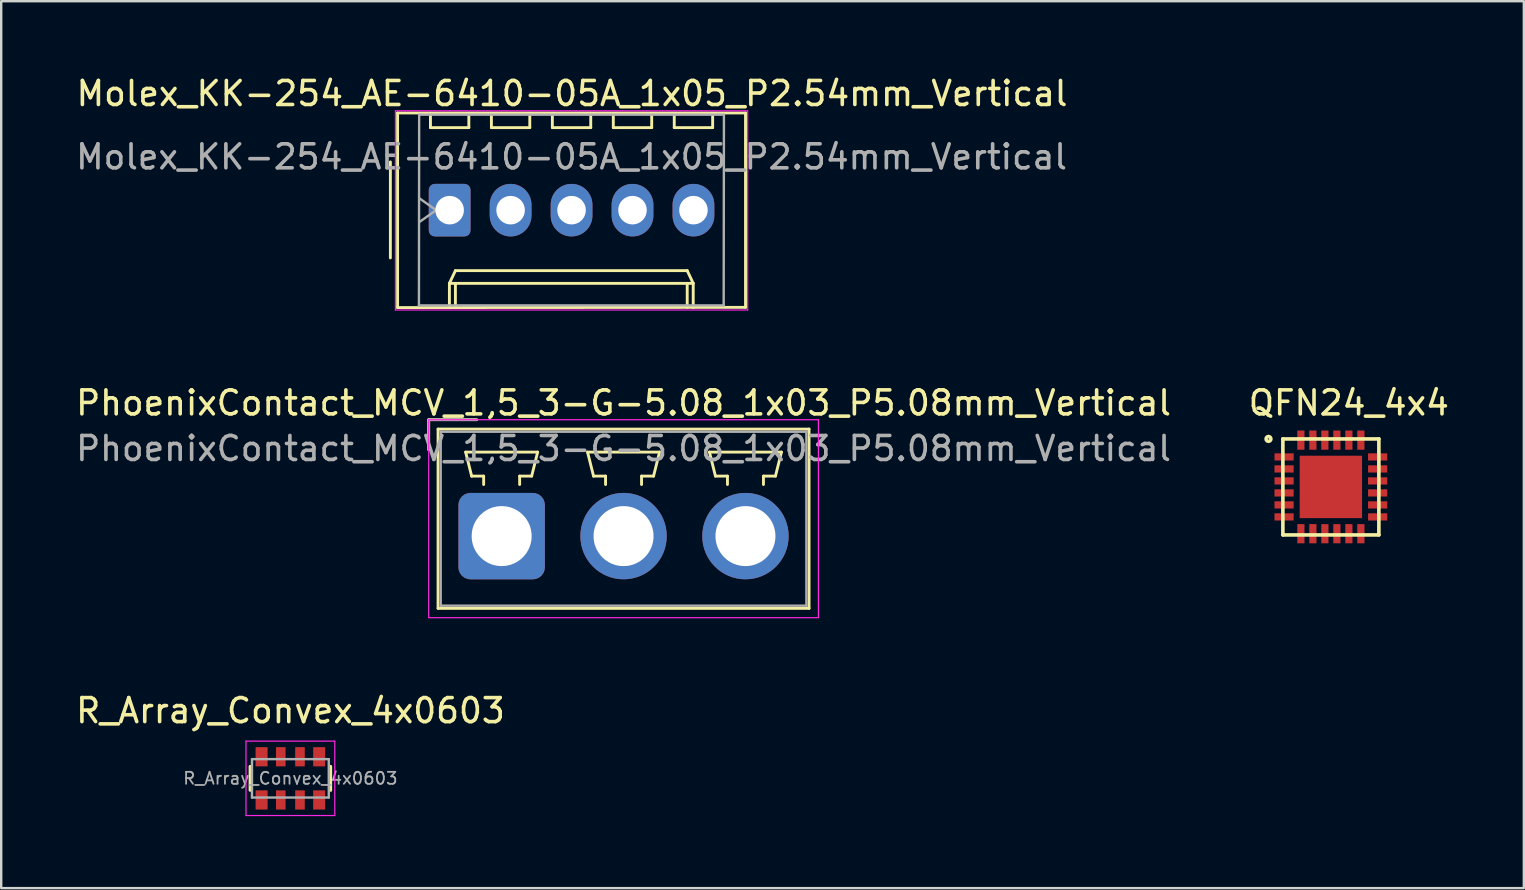
<source format=kicad_pcb>
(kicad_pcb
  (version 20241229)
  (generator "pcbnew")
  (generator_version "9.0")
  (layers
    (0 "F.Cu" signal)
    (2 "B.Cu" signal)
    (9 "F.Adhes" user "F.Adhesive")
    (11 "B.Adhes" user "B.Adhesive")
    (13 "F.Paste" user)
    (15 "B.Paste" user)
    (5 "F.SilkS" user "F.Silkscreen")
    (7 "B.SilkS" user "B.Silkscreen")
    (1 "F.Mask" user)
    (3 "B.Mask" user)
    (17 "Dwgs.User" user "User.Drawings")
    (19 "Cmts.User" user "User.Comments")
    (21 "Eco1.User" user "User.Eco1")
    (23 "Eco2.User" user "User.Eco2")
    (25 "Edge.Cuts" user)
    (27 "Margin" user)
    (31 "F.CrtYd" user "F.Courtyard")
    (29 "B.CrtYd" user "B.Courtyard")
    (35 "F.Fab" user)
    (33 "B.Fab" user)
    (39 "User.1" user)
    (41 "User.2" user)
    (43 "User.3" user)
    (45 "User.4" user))
  (footprint "Molex_KK-254_AE-6410-05A_1x05_P2.54mm_Vertical"
    (layer "F.Cu")
    (at 20.768 5.708)
    (property "Reference" "Molex_KK-254_AE-6410-05A_1x05_P2.54mm_Vertical" (at 0.02 -4.86 0) (layer "F.SilkS") (effects (font (size 1 1) (thickness 0.15))))
    (attr through_hole)
    (fp_line (start -7.55 -2.01) (end -7.55 1.99) (stroke (width 0.12) (type solid)) (layer "F.SilkS"))
    (fp_line (start -7.25 -4.05) (end -7.25 4.06) (stroke (width 0.12) (type solid)) (layer "F.SilkS"))
    (fp_line (start -7.25 4.06) (end 7.25 4.05) (stroke (width 0.12) (type solid)) (layer "F.SilkS"))
    (fp_line (start -5.88 -4.04) (end -5.88 -3.44) (stroke (width 0.12) (type solid)) (layer "F.SilkS"))
    (fp_line (start -5.88 -3.44) (end -4.28 -3.44) (stroke (width 0.12) (type solid)) (layer "F.SilkS"))
    (fp_line (start -5.09 3.05) (end -4.84 2.52) (stroke (width 0.12) (type solid)) (layer "F.SilkS"))
    (fp_line (start -5.09 3.05) (end 5.07 3.05) (stroke (width 0.12) (type solid)) (layer "F.SilkS"))
    (fp_line (start -5.09 4.05) (end -5.09 3.05) (stroke (width 0.12) (type solid)) (layer "F.SilkS"))
    (fp_line (start -4.84 2.52) (end 4.82 2.52) (stroke (width 0.12) (type solid)) (layer "F.SilkS"))
    (fp_line (start -4.84 4.05) (end -4.84 3.05) (stroke (width 0.12) (type solid)) (layer "F.SilkS"))
    (fp_line (start -4.28 -3.44) (end -4.28 -4.04) (stroke (width 0.12) (type solid)) (layer "F.SilkS"))
    (fp_line (start -3.34 -4.04) (end -3.34 -3.44) (stroke (width 0.12) (type solid)) (layer "F.SilkS"))
    (fp_line (start -3.34 -3.44) (end -1.74 -3.44) (stroke (width 0.12) (type solid)) (layer "F.SilkS"))
    (fp_line (start -1.74 -3.44) (end -1.74 -4.04) (stroke (width 0.12) (type solid)) (layer "F.SilkS"))
    (fp_line (start -0.8 -4.04) (end -0.8 -3.44) (stroke (width 0.12) (type solid)) (layer "F.SilkS"))
    (fp_line (start -0.8 -3.44) (end 0.8 -3.44) (stroke (width 0.12) (type solid)) (layer "F.SilkS"))
    (fp_line (start 0.8 -3.44) (end 0.8 -4.04) (stroke (width 0.12) (type solid)) (layer "F.SilkS"))
    (fp_line (start 1.74 -4.04) (end 1.74 -3.44) (stroke (width 0.12) (type solid)) (layer "F.SilkS"))
    (fp_line (start 1.74 -3.44) (end 3.34 -3.44) (stroke (width 0.12) (type solid)) (layer "F.SilkS"))
    (fp_line (start 3.34 -3.44) (end 3.34 -4.04) (stroke (width 0.12) (type solid)) (layer "F.SilkS"))
    (fp_line (start 4.28 -4.04) (end 4.28 -3.44) (stroke (width 0.12) (type solid)) (layer "F.SilkS"))
    (fp_line (start 4.28 -3.44) (end 5.88 -3.44) (stroke (width 0.12) (type solid)) (layer "F.SilkS"))
    (fp_line (start 4.82 2.52) (end 5.07 3.05) (stroke (width 0.12) (type solid)) (layer "F.SilkS"))
    (fp_line (start 4.82 4.05) (end 4.82 3.05) (stroke (width 0.12) (type solid)) (layer "F.SilkS"))
    (fp_line (start 5.07 3.05) (end 5.07 4.05) (stroke (width 0.12) (type solid)) (layer "F.SilkS"))
    (fp_line (start 5.88 -3.44) (end 5.88 -4.04) (stroke (width 0.12) (type solid)) (layer "F.SilkS"))
    (fp_line (start 7.25 -4.05) (end -7.25 -4.05) (stroke (width 0.12) (type solid)) (layer "F.SilkS"))
    (fp_line (start 7.25 4.05) (end 7.25 -4.05) (stroke (width 0.12) (type solid)) (layer "F.SilkS"))
    (fp_line (start -7.34 -4.14) (end -7.34 4.16) (stroke (width 0.05) (type solid)) (layer "F.CrtYd"))
    (fp_line (start -7.34 4.16) (end 7.34 4.16) (stroke (width 0.05) (type solid)) (layer "F.CrtYd"))
    (fp_line (start 7.34 -4.14) (end -7.34 -4.14) (stroke (width 0.05) (type solid)) (layer "F.CrtYd"))
    (fp_line (start 7.34 4.16) (end 7.34 -4.14) (stroke (width 0.05) (type solid)) (layer "F.CrtYd"))
    (fp_line (start -6.36 3.97) (end 6.34 3.97) (stroke (width 0.1) (type solid)) (layer "F.Fab"))
    (fp_line (start -6.35 -3.98) (end -6.36 3.97) (stroke (width 0.1) (type solid)) (layer "F.Fab"))
    (fp_line (start -6.35 -0.5) (end -5.643 0) (stroke (width 0.1) (type solid)) (layer "F.Fab"))
    (fp_line (start -5.643 0) (end -6.35 0.5) (stroke (width 0.1) (type solid)) (layer "F.Fab"))
    (fp_line (start 6.34 3.97) (end 6.35 -3.98) (stroke (width 0.1) (type solid)) (layer "F.Fab"))
    (fp_line (start 6.35 -3.98) (end -6.35 -3.98) (stroke (width 0.1) (type solid)) (layer "F.Fab"))
    (fp_text user "${REFERENCE}" (at 0 -2.22 0) (layer "F.Fab") (effects (font (size 1 1) (thickness 0.15))))
    (pad "1" thru_hole roundrect (at -5.08 0) (size 1.74 2.19) (drill 1.19) (layers "*.Cu" "*.Mask") (roundrect_rratio 0.144))
    (pad "2" thru_hole oval (at -2.54 0) (size 1.74 2.19) (drill 1.19) (layers "*.Cu" "*.Mask"))
    (pad "3" thru_hole oval (at 0 0) (size 1.74 2.19) (drill 1.19) (layers "*.Cu" "*.Mask"))
    (pad "4" thru_hole oval (at 2.54 0) (size 1.74 2.19) (drill 1.19) (layers "*.Cu" "*.Mask"))
    (pad "5" thru_hole oval (at 5.08 0) (size 1.74 2.19) (drill 1.19) (layers "*.Cu" "*.Mask")))
  (footprint "QFN24_4x4"
    (layer "F.Cu")
    (at 52.411 17.241)
    (property "Reference" "QFN24_4x4" (at 0.75 -3.5 0) (layer "F.SilkS") (effects (font (size 1 1) (thickness 0.15))))
    (attr through_hole)
    (fp_line (start -2 -2) (end 2 -2) (stroke (width 0.15) (type solid)) (layer "F.SilkS"))
    (fp_line (start -2 2) (end -2 -2) (stroke (width 0.15) (type solid)) (layer "F.SilkS"))
    (fp_line (start 2 -2) (end 2 2) (stroke (width 0.15) (type solid)) (layer "F.SilkS"))
    (fp_line (start 2 2) (end -2 2) (stroke (width 0.15) (type solid)) (layer "F.SilkS"))
    (fp_circle (center -2.6 -2) (end -2.6 -1.9) (stroke (width 0.15) (type solid)) (fill no) (layer "F.SilkS"))
    (pad "1" smd rect (at -1.95 -1.25) (size 0.8 0.3) (layers "F.Cu" "F.Mask" "F.Paste"))
    (pad "2" smd rect (at -1.95 -0.75) (size 0.8 0.3) (layers "F.Cu" "F.Mask" "F.Paste"))
    (pad "3" smd rect (at -1.95 -0.25) (size 0.8 0.3) (layers "F.Cu" "F.Mask" "F.Paste"))
    (pad "4" smd rect (at -1.95 0.25) (size 0.8 0.3) (layers "F.Cu" "F.Mask" "F.Paste"))
    (pad "5" smd rect (at -1.95 0.75) (size 0.8 0.3) (layers "F.Cu" "F.Mask" "F.Paste"))
    (pad "6" smd rect (at -1.95 1.25) (size 0.8 0.3) (layers "F.Cu" "F.Mask" "F.Paste"))
    (pad "7" smd rect (at -1.25 1.95 90) (size 0.8 0.3) (layers "F.Cu" "F.Mask" "F.Paste"))
    (pad "8" smd rect (at -0.75 1.95 90) (size 0.8 0.3) (layers "F.Cu" "F.Mask" "F.Paste"))
    (pad "9" smd rect (at -0.25 1.95 90) (size 0.8 0.3) (layers "F.Cu" "F.Mask" "F.Paste"))
    (pad "10" smd rect (at 0.25 1.95 90) (size 0.8 0.3) (layers "F.Cu" "F.Mask" "F.Paste"))
    (pad "11" smd rect (at 0.75 1.95 90) (size 0.8 0.3) (layers "F.Cu" "F.Mask" "F.Paste"))
    (pad "12" smd rect (at 1.25 1.95 90) (size 0.8 0.3) (layers "F.Cu" "F.Mask" "F.Paste"))
    (pad "13" smd rect (at 1.95 1.25) (size 0.8 0.3) (layers "F.Cu" "F.Mask" "F.Paste"))
    (pad "14" smd rect (at 1.95 0.75) (size 0.8 0.3) (layers "F.Cu" "F.Mask" "F.Paste"))
    (pad "15" smd rect (at 1.95 0.25) (size 0.8 0.3) (layers "F.Cu" "F.Mask" "F.Paste"))
    (pad "16" smd rect (at 1.95 -0.25) (size 0.8 0.3) (layers "F.Cu" "F.Mask" "F.Paste"))
    (pad "17" smd rect (at 1.95 -0.75) (size 0.8 0.3) (layers "F.Cu" "F.Mask" "F.Paste"))
    (pad "18" smd rect (at 1.95 -1.25) (size 0.8 0.3) (layers "F.Cu" "F.Mask" "F.Paste"))
    (pad "19" smd rect (at 1.25 -1.95 90) (size 0.8 0.3) (layers "F.Cu" "F.Mask" "F.Paste"))
    (pad "20" smd rect (at 0.75 -1.95 90) (size 0.8 0.3) (layers "F.Cu" "F.Mask" "F.Paste"))
    (pad "21" smd rect (at 0.25 -1.95 90) (size 0.8 0.3) (layers "F.Cu" "F.Mask" "F.Paste"))
    (pad "22" smd rect (at -0.25 -1.95 90) (size 0.8 0.3) (layers "F.Cu" "F.Mask" "F.Paste"))
    (pad "23" smd rect (at -0.75 -1.95 90) (size 0.8 0.3) (layers "F.Cu" "F.Mask" "F.Paste"))
    (pad "24" smd rect (at -1.25 -1.95 90) (size 0.8 0.3) (layers "F.Cu" "F.Mask" "F.Paste"))
    (pad "25" smd rect (at 0 0) (size 2.6 2.6) (layers "F.Cu" "F.Mask" "F.Paste")))
  (footprint "R_Array_Convex_4x0603"
    (layer "F.Cu")
    (at 9.054 29.365)
    (property "Reference" "R_Array_Convex_4x0603" (at 0 -2.8 0) (layer "F.SilkS") (effects (font (size 1 1) (thickness 0.15))))
    (attr smd)
    (fp_line (start -1.683 -0.479) (end -1.683 0.521) (stroke (width 0.12) (type solid)) (layer "F.SilkS"))
    (fp_line (start 1.677 -0.479) (end 1.677 0.521) (stroke (width 0.12) (type solid)) (layer "F.SilkS"))
    (fp_line (start -1.853 1.571) (end -1.853 -1.529) (stroke (width 0.05) (type solid)) (layer "F.CrtYd"))
    (fp_line (start -1.853 1.571) (end 1.847 1.571) (stroke (width 0.05) (type solid)) (layer "F.CrtYd"))
    (fp_line (start 1.847 -1.529) (end -1.853 -1.529) (stroke (width 0.05) (type solid)) (layer "F.CrtYd"))
    (fp_line (start 1.847 -1.529) (end 1.847 1.571) (stroke (width 0.05) (type solid)) (layer "F.CrtYd"))
    (fp_line (start -1.603 -0.779) (end 1.597 -0.779) (stroke (width 0.1) (type solid)) (layer "F.Fab"))
    (fp_line (start -1.603 0.821) (end -1.603 -0.779) (stroke (width 0.1) (type solid)) (layer "F.Fab"))
    (fp_line (start 1.597 -0.779) (end 1.597 0.821) (stroke (width 0.1) (type solid)) (layer "F.Fab"))
    (fp_line (start 1.597 0.821) (end -1.603 0.821) (stroke (width 0.1) (type solid)) (layer "F.Fab"))
    (fp_text user "${REFERENCE}" (at -0.003 0.021 180) (layer "F.Fab") (effects (font (size 0.5 0.5) (thickness 0.075))))
    (pad "1" smd rect (at -1.203 0.921 90) (size 0.8 0.5) (layers "F.Cu" "F.Mask" "F.Paste"))
    (pad "2" smd rect (at -0.403 0.921 90) (size 0.8 0.4) (layers "F.Cu" "F.Mask" "F.Paste"))
    (pad "3" smd rect (at 0.397 0.921 90) (size 0.8 0.4) (layers "F.Cu" "F.Mask" "F.Paste"))
    (pad "4" smd rect (at 1.197 0.921 90) (size 0.8 0.5) (layers "F.Cu" "F.Mask" "F.Paste"))
    (pad "5" smd rect (at 1.197 -0.879 90) (size 0.8 0.5) (layers "F.Cu" "F.Mask" "F.Paste"))
    (pad "6" smd rect (at 0.397 -0.879 90) (size 0.8 0.4) (layers "F.Cu" "F.Mask" "F.Paste"))
    (pad "7" smd rect (at -0.403 -0.879 90) (size 0.8 0.4) (layers "F.Cu" "F.Mask" "F.Paste"))
    (pad "8" smd rect (at -1.203 -0.879 90) (size 0.8 0.5) (layers "F.Cu" "F.Mask" "F.Paste")))
  (footprint "PhoenixContact_MCV_1,5_3-G-5.08_1x03_P5.08mm_Vertical"
    (layer "F.Cu")
    (at 17.855 19.291)
    (property "Reference" "PhoenixContact_MCV_1,5_3-G-5.08_1x03_P5.08mm_Vertical" (at 5.08 -5.55 0) (layer "F.SilkS") (effects (font (size 1 1) (thickness 0.15))))
    (attr through_hole)
    (fp_line (start -3.04 -4.85) (end -1.04 -4.85) (stroke (width 0.12) (type solid)) (layer "F.SilkS"))
    (fp_line (start -3.04 -3.6) (end -3.04 -4.85) (stroke (width 0.12) (type solid)) (layer "F.SilkS"))
    (fp_line (start -2.65 -4.46) (end -2.65 3.01) (stroke (width 0.12) (type solid)) (layer "F.SilkS"))
    (fp_line (start -2.65 3.01) (end 12.81 3.01) (stroke (width 0.12) (type solid)) (layer "F.SilkS"))
    (fp_line (start -1.5 -3.5) (end 1.5 -3.5) (stroke (width 0.12) (type solid)) (layer "F.SilkS"))
    (fp_line (start -1.25 -2.5) (end -1.5 -3.5) (stroke (width 0.12) (type solid)) (layer "F.SilkS"))
    (fp_line (start -0.75 -2.5) (end -1.25 -2.5) (stroke (width 0.12) (type solid)) (layer "F.SilkS"))
    (fp_line (start -0.75 -2.15) (end -0.75 -2.5) (stroke (width 0.12) (type solid)) (layer "F.SilkS"))
    (fp_line (start 0.75 -2.5) (end 0.75 -2.15) (stroke (width 0.12) (type solid)) (layer "F.SilkS"))
    (fp_line (start 1.25 -2.5) (end 0.75 -2.5) (stroke (width 0.12) (type solid)) (layer "F.SilkS"))
    (fp_line (start 1.5 -3.5) (end 1.25 -2.5) (stroke (width 0.12) (type solid)) (layer "F.SilkS"))
    (fp_line (start 3.58 -3.5) (end 6.58 -3.5) (stroke (width 0.12) (type solid)) (layer "F.SilkS"))
    (fp_line (start 3.83 -2.5) (end 3.58 -3.5) (stroke (width 0.12) (type solid)) (layer "F.SilkS"))
    (fp_line (start 4.33 -2.5) (end 3.83 -2.5) (stroke (width 0.12) (type solid)) (layer "F.SilkS"))
    (fp_line (start 4.33 -2.15) (end 4.33 -2.5) (stroke (width 0.12) (type solid)) (layer "F.SilkS"))
    (fp_line (start 5.83 -2.5) (end 5.83 -2.15) (stroke (width 0.12) (type solid)) (layer "F.SilkS"))
    (fp_line (start 6.33 -2.5) (end 5.83 -2.5) (stroke (width 0.12) (type solid)) (layer "F.SilkS"))
    (fp_line (start 6.58 -3.5) (end 6.33 -2.5) (stroke (width 0.12) (type solid)) (layer "F.SilkS"))
    (fp_line (start 8.66 -3.5) (end 11.66 -3.5) (stroke (width 0.12) (type solid)) (layer "F.SilkS"))
    (fp_line (start 8.91 -2.5) (end 8.66 -3.5) (stroke (width 0.12) (type solid)) (layer "F.SilkS"))
    (fp_line (start 9.41 -2.5) (end 8.91 -2.5) (stroke (width 0.12) (type solid)) (layer "F.SilkS"))
    (fp_line (start 9.41 -2.15) (end 9.41 -2.5) (stroke (width 0.12) (type solid)) (layer "F.SilkS"))
    (fp_line (start 10.91 -2.5) (end 10.91 -2.15) (stroke (width 0.12) (type solid)) (layer "F.SilkS"))
    (fp_line (start 11.41 -2.5) (end 10.91 -2.5) (stroke (width 0.12) (type solid)) (layer "F.SilkS"))
    (fp_line (start 11.66 -3.5) (end 11.41 -2.5) (stroke (width 0.12) (type solid)) (layer "F.SilkS"))
    (fp_line (start 12.81 -4.46) (end -2.65 -4.46) (stroke (width 0.12) (type solid)) (layer "F.SilkS"))
    (fp_line (start 12.81 3.01) (end 12.81 -4.46) (stroke (width 0.12) (type solid)) (layer "F.SilkS"))
    (fp_line (start -3.04 -4.85) (end -3.04 3.4) (stroke (width 0.05) (type solid)) (layer "F.CrtYd"))
    (fp_line (start -3.04 3.4) (end 13.2 3.4) (stroke (width 0.05) (type solid)) (layer "F.CrtYd"))
    (fp_line (start 13.2 -4.85) (end -3.04 -4.85) (stroke (width 0.05) (type solid)) (layer "F.CrtYd"))
    (fp_line (start 13.2 3.4) (end 13.2 -4.85) (stroke (width 0.05) (type solid)) (layer "F.CrtYd"))
    (fp_line (start -3.04 -4.85) (end -1.04 -4.85) (stroke (width 0.1) (type solid)) (layer "F.Fab"))
    (fp_line (start -3.04 -3.6) (end -3.04 -4.85) (stroke (width 0.1) (type solid)) (layer "F.Fab"))
    (fp_line (start -2.54 -4.35) (end -2.54 2.9) (stroke (width 0.1) (type solid)) (layer "F.Fab"))
    (fp_line (start -2.54 2.9) (end 12.7 2.9) (stroke (width 0.1) (type solid)) (layer "F.Fab"))
    (fp_line (start 12.7 -4.35) (end -2.54 -4.35) (stroke (width 0.1) (type solid)) (layer "F.Fab"))
    (fp_line (start 12.7 2.9) (end 12.7 -4.35) (stroke (width 0.1) (type solid)) (layer "F.Fab"))
    (fp_text user "${REFERENCE}" (at 5.08 -3.65 0) (layer "F.Fab") (effects (font (size 1 1) (thickness 0.15))))
    (pad "1" thru_hole roundrect (at 0 0) (size 3.6 3.6) (drill 2.5) (layers "*.Cu" "*.Mask") (roundrect_rratio 0.139))
    (pad "2" thru_hole oval (at 5.08 0) (size 3.6 3.6) (drill 2.5) (layers "*.Cu" "*.Mask"))
    (pad "3" thru_hole oval (at 10.16 0) (size 3.6 3.6) (drill 2.5) (layers "*.Cu" "*.Mask")))
  (gr_rect
    (start -3 -3)
    (end 60.452 33.961)
    (stroke (width 0.1) (type default))
    (fill no)
    (layer "Edge.Cuts")))
</source>
